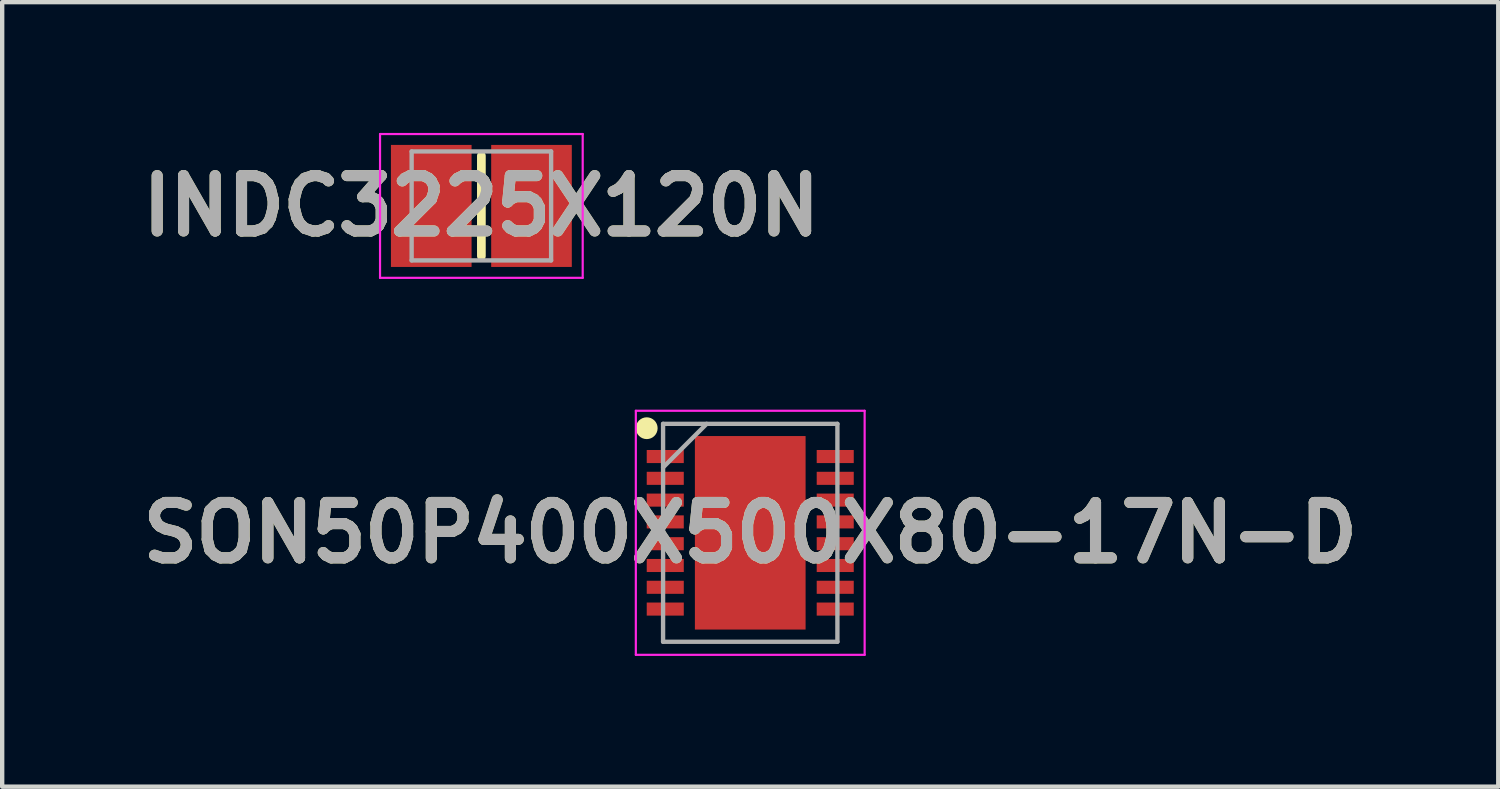
<source format=kicad_pcb>
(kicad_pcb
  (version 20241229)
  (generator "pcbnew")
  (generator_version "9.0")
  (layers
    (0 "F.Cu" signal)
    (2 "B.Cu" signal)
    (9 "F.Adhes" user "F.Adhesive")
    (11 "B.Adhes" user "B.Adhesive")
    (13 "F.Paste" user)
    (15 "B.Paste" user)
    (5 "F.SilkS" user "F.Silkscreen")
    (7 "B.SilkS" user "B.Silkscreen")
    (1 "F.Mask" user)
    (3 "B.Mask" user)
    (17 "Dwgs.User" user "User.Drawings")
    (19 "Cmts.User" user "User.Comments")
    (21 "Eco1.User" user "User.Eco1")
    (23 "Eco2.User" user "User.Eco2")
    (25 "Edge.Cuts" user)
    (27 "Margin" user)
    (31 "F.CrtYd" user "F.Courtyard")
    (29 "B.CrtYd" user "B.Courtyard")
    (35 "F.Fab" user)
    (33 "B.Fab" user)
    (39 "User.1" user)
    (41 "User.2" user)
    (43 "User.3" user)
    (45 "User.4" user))
  (footprint "INDC3225X120N"
    (layer "F.Cu")
    (at 7.995 1.675)
    (property "Reference" "INDC3225X120N" (at 0 0 0) (layer "F.SilkS") (effects (font (size 1.27 1.27) (thickness 0.254))))
    (attr smd)
    (fp_line (start 0 -1.15) (end 0 1.15) (stroke (width 0.2) (type solid)) (layer "F.SilkS"))
    (fp_line (start -2.325 -1.65) (end 2.325 -1.65) (stroke (width 0.05) (type solid)) (layer "F.CrtYd"))
    (fp_line (start -2.325 1.65) (end -2.325 -1.65) (stroke (width 0.05) (type solid)) (layer "F.CrtYd"))
    (fp_line (start 2.325 -1.65) (end 2.325 1.65) (stroke (width 0.05) (type solid)) (layer "F.CrtYd"))
    (fp_line (start 2.325 1.65) (end -2.325 1.65) (stroke (width 0.05) (type solid)) (layer "F.CrtYd"))
    (fp_line (start -1.6 -1.25) (end 1.6 -1.25) (stroke (width 0.1) (type solid)) (layer "F.Fab"))
    (fp_line (start -1.6 1.25) (end -1.6 -1.25) (stroke (width 0.1) (type solid)) (layer "F.Fab"))
    (fp_line (start 1.6 -1.25) (end 1.6 1.25) (stroke (width 0.1) (type solid)) (layer "F.Fab"))
    (fp_line (start 1.6 1.25) (end -1.6 1.25) (stroke (width 0.1) (type solid)) (layer "F.Fab"))
    (fp_text user "${REFERENCE}" (at 0 0 0) (layer "F.Fab") (effects (font (size 1.27 1.27) (thickness 0.254))))
    (pad "1" smd rect (at -1.15 0) (size 1.85 2.8) (layers "F.Cu" "F.Mask" "F.Paste"))
    (pad "2" smd rect (at 1.15 0) (size 1.85 2.8) (layers "F.Cu" "F.Mask" "F.Paste")))
  (footprint "SON50P400X500X80-17N-D"
    (layer "F.Cu")
    (at 14.164 9.175)
    (property "Reference" "SON50P400X500X80-17N-D" (at 0 0 0) (layer "F.SilkS") (effects (font (size 1.27 1.27) (thickness 0.254))))
    (attr smd)
    (fp_circle (center -2.375 -2.4) (end -2.375 -2.275) (stroke (width 0.25) (type solid)) (fill no) (layer "F.SilkS"))
    (fp_line (start -2.625 -2.8) (end 2.625 -2.8) (stroke (width 0.05) (type solid)) (layer "F.CrtYd"))
    (fp_line (start -2.625 2.8) (end -2.625 -2.8) (stroke (width 0.05) (type solid)) (layer "F.CrtYd"))
    (fp_line (start 2.625 -2.8) (end 2.625 2.8) (stroke (width 0.05) (type solid)) (layer "F.CrtYd"))
    (fp_line (start 2.625 2.8) (end -2.625 2.8) (stroke (width 0.05) (type solid)) (layer "F.CrtYd"))
    (fp_line (start -2 -2.5) (end 2 -2.5) (stroke (width 0.1) (type solid)) (layer "F.Fab"))
    (fp_line (start -2 -1.5) (end -1 -2.5) (stroke (width 0.1) (type solid)) (layer "F.Fab"))
    (fp_line (start -2 2.5) (end -2 -2.5) (stroke (width 0.1) (type solid)) (layer "F.Fab"))
    (fp_line (start 2 -2.5) (end 2 2.5) (stroke (width 0.1) (type solid)) (layer "F.Fab"))
    (fp_line (start 2 2.5) (end -2 2.5) (stroke (width 0.1) (type solid)) (layer "F.Fab"))
    (fp_text user "${REFERENCE}" (at 0 0 0) (layer "F.Fab") (effects (font (size 1.27 1.27) (thickness 0.254))))
    (pad "1" smd rect (at -1.95 -1.75 90) (size 0.3 0.85) (layers "F.Cu" "F.Mask" "F.Paste"))
    (pad "2" smd rect (at -1.95 -1.25 90) (size 0.3 0.85) (layers "F.Cu" "F.Mask" "F.Paste"))
    (pad "3" smd rect (at -1.95 -0.75 90) (size 0.3 0.85) (layers "F.Cu" "F.Mask" "F.Paste"))
    (pad "4" smd rect (at -1.95 -0.25 90) (size 0.3 0.85) (layers "F.Cu" "F.Mask" "F.Paste"))
    (pad "5" smd rect (at -1.95 0.25 90) (size 0.3 0.85) (layers "F.Cu" "F.Mask" "F.Paste"))
    (pad "6" smd rect (at -1.95 0.75 90) (size 0.3 0.85) (layers "F.Cu" "F.Mask" "F.Paste"))
    (pad "7" smd rect (at -1.95 1.25 90) (size 0.3 0.85) (layers "F.Cu" "F.Mask" "F.Paste"))
    (pad "8" smd rect (at -1.95 1.75 90) (size 0.3 0.85) (layers "F.Cu" "F.Mask" "F.Paste"))
    (pad "9" smd rect (at 1.95 1.75 90) (size 0.3 0.85) (layers "F.Cu" "F.Mask" "F.Paste"))
    (pad "10" smd rect (at 1.95 1.25 90) (size 0.3 0.85) (layers "F.Cu" "F.Mask" "F.Paste"))
    (pad "11" smd rect (at 1.95 0.75 90) (size 0.3 0.85) (layers "F.Cu" "F.Mask" "F.Paste"))
    (pad "12" smd rect (at 1.95 0.25 90) (size 0.3 0.85) (layers "F.Cu" "F.Mask" "F.Paste"))
    (pad "13" smd rect (at 1.95 -0.25 90) (size 0.3 0.85) (layers "F.Cu" "F.Mask" "F.Paste"))
    (pad "14" smd rect (at 1.95 -0.75 90) (size 0.3 0.85) (layers "F.Cu" "F.Mask" "F.Paste"))
    (pad "15" smd rect (at 1.95 -1.25 90) (size 0.3 0.85) (layers "F.Cu" "F.Mask" "F.Paste"))
    (pad "16" smd rect (at 1.95 -1.75 90) (size 0.3 0.85) (layers "F.Cu" "F.Mask" "F.Paste"))
    (pad "17" smd rect (at 0 0) (size 2.54 4.44) (layers "F.Cu" "F.Mask" "F.Paste")))
  (gr_rect
    (start -3 -3)
    (end 31.327 15)
    (stroke (width 0.1) (type default))
    (fill no)
    (layer "Edge.Cuts")))
</source>
